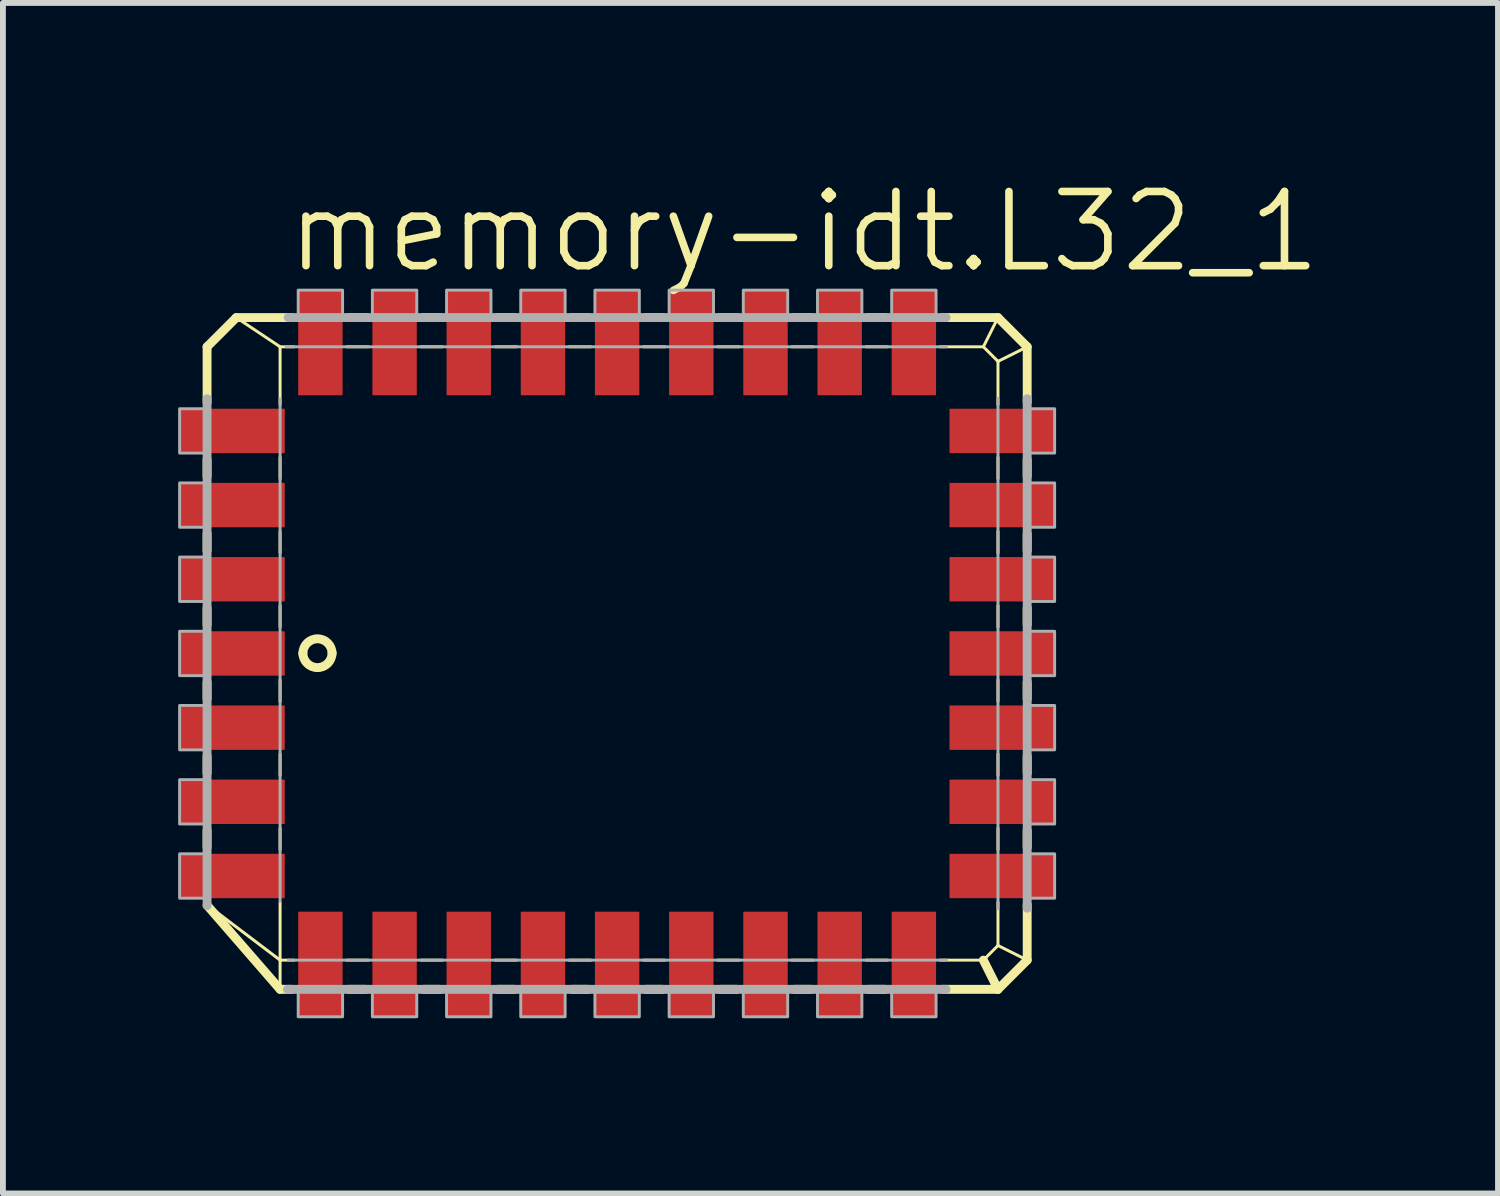
<source format=kicad_pcb>
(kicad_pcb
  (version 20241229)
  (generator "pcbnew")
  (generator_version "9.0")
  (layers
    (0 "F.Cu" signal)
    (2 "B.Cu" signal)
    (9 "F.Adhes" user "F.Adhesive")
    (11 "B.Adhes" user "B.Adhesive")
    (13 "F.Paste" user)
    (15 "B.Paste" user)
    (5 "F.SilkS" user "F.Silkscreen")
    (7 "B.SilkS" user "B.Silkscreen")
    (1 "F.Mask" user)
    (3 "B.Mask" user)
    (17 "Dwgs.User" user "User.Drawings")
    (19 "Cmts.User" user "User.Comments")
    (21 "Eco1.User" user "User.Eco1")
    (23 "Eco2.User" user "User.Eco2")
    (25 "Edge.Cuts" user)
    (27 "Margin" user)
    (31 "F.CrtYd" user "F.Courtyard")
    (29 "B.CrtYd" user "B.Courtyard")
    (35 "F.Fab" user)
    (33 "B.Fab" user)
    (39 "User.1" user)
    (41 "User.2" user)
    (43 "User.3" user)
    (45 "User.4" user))
  (footprint "memory-idt.L32_1"
    (layer "F.Cu")
    (at 7.515 8.137)
    (property "Reference" "memory-idt.L32_1" (at -5.715 -6.477 0) (layer "F.SilkS") (effects (font (size 1.27 1.27) (thickness 0.13)) (justify left bottom)))
    (attr smd)
    (fp_line (start -7.02 -5.25) (end -6.52 -5.75) (stroke (width 0.152) (type default)) (layer "F.SilkS"))
    (fp_line (start -7.02 -4.301) (end -7.02 -5.25) (stroke (width 0.152) (type default)) (layer "F.SilkS"))
    (fp_line (start -7.02 -3.031) (end -7.02 -3.319) (stroke (width 0.152) (type default)) (layer "F.SilkS"))
    (fp_line (start -7.02 -1.761) (end -7.02 -2.049) (stroke (width 0.152) (type default)) (layer "F.SilkS"))
    (fp_line (start -7.02 -0.491) (end -7.02 -0.779) (stroke (width 0.152) (type default)) (layer "F.SilkS"))
    (fp_line (start -7.02 0.779) (end -7.02 0.491) (stroke (width 0.152) (type default)) (layer "F.SilkS"))
    (fp_line (start -7.02 2.049) (end -7.02 1.761) (stroke (width 0.152) (type default)) (layer "F.SilkS"))
    (fp_line (start -7.02 3.319) (end -7.02 3.031) (stroke (width 0.152) (type default)) (layer "F.SilkS"))
    (fp_line (start -6.52 -5.75) (end -5.77 -5.25) (stroke (width 0.051) (type default)) (layer "F.SilkS"))
    (fp_line (start -6.52 -5.75) (end -5.571 -5.75) (stroke (width 0.152) (type default)) (layer "F.SilkS"))
    (fp_line (start -5.77 -5.25) (end -5.531 -5.25) (stroke (width 0.051) (type default)) (layer "F.SilkS"))
    (fp_line (start -5.77 -4.261) (end -5.77 -5.25) (stroke (width 0.051) (type default)) (layer "F.SilkS"))
    (fp_line (start -5.77 -2.991) (end -5.77 -3.359) (stroke (width 0.051) (type default)) (layer "F.SilkS"))
    (fp_line (start -5.77 -1.721) (end -5.77 -2.089) (stroke (width 0.051) (type default)) (layer "F.SilkS"))
    (fp_line (start -5.77 -0.451) (end -5.77 -0.819) (stroke (width 0.051) (type default)) (layer "F.SilkS"))
    (fp_line (start -5.77 0.819) (end -5.77 0.451) (stroke (width 0.051) (type default)) (layer "F.SilkS"))
    (fp_line (start -5.77 2.089) (end -5.77 1.721) (stroke (width 0.051) (type default)) (layer "F.SilkS"))
    (fp_line (start -5.77 3.359) (end -5.77 2.991) (stroke (width 0.051) (type default)) (layer "F.SilkS"))
    (fp_line (start -5.77 5.25) (end -7.009 4.312) (stroke (width 0.051) (type default)) (layer "F.SilkS"))
    (fp_line (start -5.77 5.25) (end -5.77 4.261) (stroke (width 0.051) (type default)) (layer "F.SilkS"))
    (fp_line (start -5.77 5.75) (end -7.02 4.311) (stroke (width 0.152) (type default)) (layer "F.SilkS"))
    (fp_line (start -5.77 5.75) (end -5.77 5.25) (stroke (width 0.051) (type default)) (layer "F.SilkS"))
    (fp_line (start -5.571 5.75) (end -5.77 5.75) (stroke (width 0.152) (type default)) (layer "F.SilkS"))
    (fp_line (start -5.531 5.25) (end -5.77 5.25) (stroke (width 0.051) (type default)) (layer "F.SilkS"))
    (fp_line (start -4.629 -5.25) (end -4.261 -5.25) (stroke (width 0.051) (type default)) (layer "F.SilkS"))
    (fp_line (start -4.589 -5.75) (end -4.301 -5.75) (stroke (width 0.152) (type default)) (layer "F.SilkS"))
    (fp_line (start -4.301 5.75) (end -4.589 5.75) (stroke (width 0.152) (type default)) (layer "F.SilkS"))
    (fp_line (start -4.261 5.25) (end -4.629 5.25) (stroke (width 0.051) (type default)) (layer "F.SilkS"))
    (fp_line (start -3.359 -5.25) (end -2.991 -5.25) (stroke (width 0.051) (type default)) (layer "F.SilkS"))
    (fp_line (start -3.319 -5.75) (end -3.031 -5.75) (stroke (width 0.152) (type default)) (layer "F.SilkS"))
    (fp_line (start -3.031 5.75) (end -3.319 5.75) (stroke (width 0.152) (type default)) (layer "F.SilkS"))
    (fp_line (start -2.991 5.25) (end -3.359 5.25) (stroke (width 0.051) (type default)) (layer "F.SilkS"))
    (fp_line (start -2.089 -5.25) (end -1.721 -5.25) (stroke (width 0.051) (type default)) (layer "F.SilkS"))
    (fp_line (start -2.049 -5.75) (end -1.761 -5.75) (stroke (width 0.152) (type default)) (layer "F.SilkS"))
    (fp_line (start -1.761 5.75) (end -2.049 5.75) (stroke (width 0.152) (type default)) (layer "F.SilkS"))
    (fp_line (start -1.721 5.25) (end -2.089 5.25) (stroke (width 0.051) (type default)) (layer "F.SilkS"))
    (fp_line (start -0.819 -5.25) (end -0.451 -5.25) (stroke (width 0.051) (type default)) (layer "F.SilkS"))
    (fp_line (start -0.779 -5.75) (end -0.491 -5.75) (stroke (width 0.152) (type default)) (layer "F.SilkS"))
    (fp_line (start -0.491 5.75) (end -0.779 5.75) (stroke (width 0.152) (type default)) (layer "F.SilkS"))
    (fp_line (start -0.451 5.25) (end -0.819 5.25) (stroke (width 0.051) (type default)) (layer "F.SilkS"))
    (fp_line (start 0.451 -5.25) (end 0.819 -5.25) (stroke (width 0.051) (type default)) (layer "F.SilkS"))
    (fp_line (start 0.491 -5.75) (end 0.779 -5.75) (stroke (width 0.152) (type default)) (layer "F.SilkS"))
    (fp_line (start 0.779 5.75) (end 0.491 5.75) (stroke (width 0.152) (type default)) (layer "F.SilkS"))
    (fp_line (start 0.819 5.25) (end 0.451 5.25) (stroke (width 0.051) (type default)) (layer "F.SilkS"))
    (fp_line (start 1.721 -5.25) (end 2.089 -5.25) (stroke (width 0.051) (type default)) (layer "F.SilkS"))
    (fp_line (start 1.761 -5.75) (end 2.049 -5.75) (stroke (width 0.152) (type default)) (layer "F.SilkS"))
    (fp_line (start 2.049 5.75) (end 1.761 5.75) (stroke (width 0.152) (type default)) (layer "F.SilkS"))
    (fp_line (start 2.089 5.25) (end 1.721 5.25) (stroke (width 0.051) (type default)) (layer "F.SilkS"))
    (fp_line (start 2.991 -5.25) (end 3.359 -5.25) (stroke (width 0.051) (type default)) (layer "F.SilkS"))
    (fp_line (start 3.031 -5.75) (end 3.319 -5.75) (stroke (width 0.152) (type default)) (layer "F.SilkS"))
    (fp_line (start 3.319 5.75) (end 3.031 5.75) (stroke (width 0.152) (type default)) (layer "F.SilkS"))
    (fp_line (start 3.359 5.25) (end 2.991 5.25) (stroke (width 0.051) (type default)) (layer "F.SilkS"))
    (fp_line (start 4.261 -5.25) (end 4.629 -5.25) (stroke (width 0.051) (type default)) (layer "F.SilkS"))
    (fp_line (start 4.301 -5.75) (end 4.589 -5.75) (stroke (width 0.152) (type default)) (layer "F.SilkS"))
    (fp_line (start 4.589 5.75) (end 4.301 5.75) (stroke (width 0.152) (type default)) (layer "F.SilkS"))
    (fp_line (start 4.629 5.25) (end 4.261 5.25) (stroke (width 0.051) (type default)) (layer "F.SilkS"))
    (fp_line (start 5.531 -5.25) (end 6.27 -5.25) (stroke (width 0.051) (type default)) (layer "F.SilkS"))
    (fp_line (start 5.571 -5.75) (end 6.52 -5.75) (stroke (width 0.152) (type default)) (layer "F.SilkS"))
    (fp_line (start 6.27 -5.25) (end 6.52 -5.75) (stroke (width 0.051) (type default)) (layer "F.SilkS"))
    (fp_line (start 6.27 -5.25) (end 6.52 -5) (stroke (width 0.051) (type default)) (layer "F.SilkS"))
    (fp_line (start 6.27 5.25) (end 5.531 5.25) (stroke (width 0.051) (type default)) (layer "F.SilkS"))
    (fp_line (start 6.52 -5.75) (end 7.02 -5.25) (stroke (width 0.152) (type default)) (layer "F.SilkS"))
    (fp_line (start 6.52 -5) (end 6.52 -4.261) (stroke (width 0.051) (type default)) (layer "F.SilkS"))
    (fp_line (start 6.52 -5) (end 7.02 -5.25) (stroke (width 0.051) (type default)) (layer "F.SilkS"))
    (fp_line (start 6.52 -3.359) (end 6.52 -2.991) (stroke (width 0.051) (type default)) (layer "F.SilkS"))
    (fp_line (start 6.52 -2.089) (end 6.52 -1.721) (stroke (width 0.051) (type default)) (layer "F.SilkS"))
    (fp_line (start 6.52 -0.819) (end 6.52 -0.451) (stroke (width 0.051) (type default)) (layer "F.SilkS"))
    (fp_line (start 6.52 0.451) (end 6.52 0.819) (stroke (width 0.051) (type default)) (layer "F.SilkS"))
    (fp_line (start 6.52 1.721) (end 6.52 2.089) (stroke (width 0.051) (type default)) (layer "F.SilkS"))
    (fp_line (start 6.52 2.991) (end 6.52 3.359) (stroke (width 0.051) (type default)) (layer "F.SilkS"))
    (fp_line (start 6.52 4.261) (end 6.52 5) (stroke (width 0.051) (type default)) (layer "F.SilkS"))
    (fp_line (start 6.52 5) (end 6.27 5.25) (stroke (width 0.051) (type default)) (layer "F.SilkS"))
    (fp_line (start 6.52 5.75) (end 5.571 5.75) (stroke (width 0.152) (type default)) (layer "F.SilkS"))
    (fp_line (start 6.52 5.75) (end 6.27 5.25) (stroke (width 0.152) (type default)) (layer "F.SilkS"))
    (fp_line (start 7.02 -5.25) (end 7.02 -4.301) (stroke (width 0.152) (type default)) (layer "F.SilkS"))
    (fp_line (start 7.02 -3.319) (end 7.02 -3.031) (stroke (width 0.152) (type default)) (layer "F.SilkS"))
    (fp_line (start 7.02 -2.049) (end 7.02 -1.761) (stroke (width 0.152) (type default)) (layer "F.SilkS"))
    (fp_line (start 7.02 -0.779) (end 7.02 -0.491) (stroke (width 0.152) (type default)) (layer "F.SilkS"))
    (fp_line (start 7.02 0.491) (end 7.02 0.779) (stroke (width 0.152) (type default)) (layer "F.SilkS"))
    (fp_line (start 7.02 1.761) (end 7.02 2.049) (stroke (width 0.152) (type default)) (layer "F.SilkS"))
    (fp_line (start 7.02 3.031) (end 7.02 3.319) (stroke (width 0.152) (type default)) (layer "F.SilkS"))
    (fp_line (start 7.02 4.301) (end 7.02 5.25) (stroke (width 0.152) (type default)) (layer "F.SilkS"))
    (fp_line (start 7.02 5.25) (end 6.52 5) (stroke (width 0.051) (type default)) (layer "F.SilkS"))
    (fp_line (start 7.02 5.25) (end 6.52 5.75) (stroke (width 0.152) (type default)) (layer "F.SilkS"))
    (fp_arc (start -5.38 -0.001) (mid -5.13 -0.251) (end -4.88 -0.001) (stroke (width 0.1524) (type default)) (layer "F.SilkS"))
    (fp_arc (start -4.88 -0.007) (mid -5.131 0.242) (end -5.38 -0.009) (stroke (width 0.1524) (type default)) (layer "F.SilkS"))
    (fp_line (start -7.02 4.317) (end -7.02 -4.361) (stroke (width 0.152) (type default)) (layer "F.Fab"))
    (fp_line (start -5.77 4.245) (end -5.77 -4.355) (stroke (width 0.051) (type default)) (layer "F.Fab"))
    (fp_line (start -5.666 -5.25) (end 5.635 -5.25) (stroke (width 0.051) (type default)) (layer "F.Fab"))
    (fp_line (start -5.631 -5.75) (end 5.631 -5.75) (stroke (width 0.152) (type default)) (layer "F.Fab"))
    (fp_line (start 5.631 5.75) (end -5.643 5.75) (stroke (width 0.152) (type default)) (layer "F.Fab"))
    (fp_line (start 5.635 5.25) (end -5.626 5.25) (stroke (width 0.051) (type default)) (layer "F.Fab"))
    (fp_line (start 6.52 -4.365) (end 6.52 4.365) (stroke (width 0.051) (type default)) (layer "F.Fab"))
    (fp_line (start 7.02 -4.361) (end 7.02 4.361) (stroke (width 0.152) (type default)) (layer "F.Fab"))
    (fp_rect (start -7.49 -3.43) (end -7.02 -4.19) (stroke (width 0.05) (type default)) (fill no) (layer "F.Fab"))
    (fp_rect (start -7.49 -2.16) (end -7.02 -2.92) (stroke (width 0.05) (type default)) (fill no) (layer "F.Fab"))
    (fp_rect (start -7.49 -0.89) (end -7.02 -1.65) (stroke (width 0.05) (type default)) (fill no) (layer "F.Fab"))
    (fp_rect (start -7.49 0.38) (end -7.02 -0.38) (stroke (width 0.05) (type default)) (fill no) (layer "F.Fab"))
    (fp_rect (start -7.49 1.65) (end -7.02 0.89) (stroke (width 0.05) (type default)) (fill no) (layer "F.Fab"))
    (fp_rect (start -7.49 2.92) (end -7.02 2.16) (stroke (width 0.05) (type default)) (fill no) (layer "F.Fab"))
    (fp_rect (start -7.49 4.19) (end -7.02 3.43) (stroke (width 0.05) (type default)) (fill no) (layer "F.Fab"))
    (fp_rect (start -5.46 -5.75) (end -4.7 -6.22) (stroke (width 0.05) (type default)) (fill no) (layer "F.Fab"))
    (fp_rect (start -5.46 6.22) (end -4.7 5.75) (stroke (width 0.05) (type default)) (fill no) (layer "F.Fab"))
    (fp_rect (start -4.19 -5.75) (end -3.43 -6.22) (stroke (width 0.05) (type default)) (fill no) (layer "F.Fab"))
    (fp_rect (start -4.19 6.22) (end -3.43 5.75) (stroke (width 0.05) (type default)) (fill no) (layer "F.Fab"))
    (fp_rect (start -2.92 -5.75) (end -2.16 -6.22) (stroke (width 0.05) (type default)) (fill no) (layer "F.Fab"))
    (fp_rect (start -2.92 6.22) (end -2.16 5.75) (stroke (width 0.05) (type default)) (fill no) (layer "F.Fab"))
    (fp_rect (start -1.65 -5.75) (end -0.89 -6.22) (stroke (width 0.05) (type default)) (fill no) (layer "F.Fab"))
    (fp_rect (start -1.65 6.22) (end -0.89 5.75) (stroke (width 0.05) (type default)) (fill no) (layer "F.Fab"))
    (fp_rect (start -0.38 -5.75) (end 0.38 -6.22) (stroke (width 0.05) (type default)) (fill no) (layer "F.Fab"))
    (fp_rect (start -0.38 6.22) (end 0.38 5.75) (stroke (width 0.05) (type default)) (fill no) (layer "F.Fab"))
    (fp_rect (start 0.89 -5.75) (end 1.65 -6.22) (stroke (width 0.05) (type default)) (fill no) (layer "F.Fab"))
    (fp_rect (start 0.89 6.22) (end 1.65 5.75) (stroke (width 0.05) (type default)) (fill no) (layer "F.Fab"))
    (fp_rect (start 2.16 -5.75) (end 2.92 -6.22) (stroke (width 0.05) (type default)) (fill no) (layer "F.Fab"))
    (fp_rect (start 2.16 6.22) (end 2.92 5.75) (stroke (width 0.05) (type default)) (fill no) (layer "F.Fab"))
    (fp_rect (start 3.43 -5.75) (end 4.19 -6.22) (stroke (width 0.05) (type default)) (fill no) (layer "F.Fab"))
    (fp_rect (start 3.43 6.22) (end 4.19 5.75) (stroke (width 0.05) (type default)) (fill no) (layer "F.Fab"))
    (fp_rect (start 4.7 -5.75) (end 5.46 -6.22) (stroke (width 0.05) (type default)) (fill no) (layer "F.Fab"))
    (fp_rect (start 4.7 6.22) (end 5.46 5.75) (stroke (width 0.05) (type default)) (fill no) (layer "F.Fab"))
    (fp_rect (start 7.02 -3.43) (end 7.49 -4.19) (stroke (width 0.05) (type default)) (fill no) (layer "F.Fab"))
    (fp_rect (start 7.02 -2.16) (end 7.49 -2.92) (stroke (width 0.05) (type default)) (fill no) (layer "F.Fab"))
    (fp_rect (start 7.02 -0.89) (end 7.49 -1.65) (stroke (width 0.05) (type default)) (fill no) (layer "F.Fab"))
    (fp_rect (start 7.02 0.38) (end 7.49 -0.38) (stroke (width 0.05) (type default)) (fill no) (layer "F.Fab"))
    (fp_rect (start 7.02 1.65) (end 7.49 0.89) (stroke (width 0.05) (type default)) (fill no) (layer "F.Fab"))
    (fp_rect (start 7.02 2.92) (end 7.49 2.16) (stroke (width 0.05) (type default)) (fill no) (layer "F.Fab"))
    (fp_rect (start 7.02 4.19) (end 7.49 3.43) (stroke (width 0.05) (type default)) (fill no) (layer "F.Fab"))
    (pad "1" smd roundrect (at -6.59 0) (size 1.8 0.76) (layers "F.Cu" "F.Mask" "F.Paste") (roundrect_rratio 0.01))
    (pad "2" smd roundrect (at -6.59 1.27) (size 1.8 0.76) (layers "F.Cu" "F.Mask" "F.Paste") (roundrect_rratio 0.01))
    (pad "3" smd roundrect (at -6.59 2.54) (size 1.8 0.76) (layers "F.Cu" "F.Mask" "F.Paste") (roundrect_rratio 0.01))
    (pad "4" smd roundrect (at -6.59 3.81) (size 1.8 0.76) (layers "F.Cu" "F.Mask" "F.Paste") (roundrect_rratio 0.01))
    (pad "5" smd roundrect (at -5.08 5.32) (size 0.76 1.8) (layers "F.Cu" "F.Mask" "F.Paste") (roundrect_rratio 0.01))
    (pad "6" smd roundrect (at -3.81 5.32) (size 0.76 1.8) (layers "F.Cu" "F.Mask" "F.Paste") (roundrect_rratio 0.01))
    (pad "7" smd roundrect (at -2.54 5.32) (size 0.76 1.8) (layers "F.Cu" "F.Mask" "F.Paste") (roundrect_rratio 0.01))
    (pad "8" smd roundrect (at -1.27 5.32) (size 0.76 1.8) (layers "F.Cu" "F.Mask" "F.Paste") (roundrect_rratio 0.01))
    (pad "9" smd roundrect (at 0 5.32) (size 0.76 1.8) (layers "F.Cu" "F.Mask" "F.Paste") (roundrect_rratio 0.01))
    (pad "10" smd roundrect (at 1.27 5.32) (size 0.76 1.8) (layers "F.Cu" "F.Mask" "F.Paste") (roundrect_rratio 0.01))
    (pad "11" smd roundrect (at 2.54 5.32) (size 0.76 1.8) (layers "F.Cu" "F.Mask" "F.Paste") (roundrect_rratio 0.01))
    (pad "12" smd roundrect (at 3.81 5.32) (size 0.76 1.8) (layers "F.Cu" "F.Mask" "F.Paste") (roundrect_rratio 0.01))
    (pad "13" smd roundrect (at 5.08 5.32) (size 0.76 1.8) (layers "F.Cu" "F.Mask" "F.Paste") (roundrect_rratio 0.01))
    (pad "14" smd roundrect (at 6.59 3.81) (size 1.8 0.76) (layers "F.Cu" "F.Mask" "F.Paste") (roundrect_rratio 0.01))
    (pad "15" smd roundrect (at 6.59 2.54) (size 1.8 0.76) (layers "F.Cu" "F.Mask" "F.Paste") (roundrect_rratio 0.01))
    (pad "16" smd roundrect (at 6.59 1.27) (size 1.8 0.76) (layers "F.Cu" "F.Mask" "F.Paste") (roundrect_rratio 0.01))
    (pad "17" smd roundrect (at 6.59 0) (size 1.8 0.76) (layers "F.Cu" "F.Mask" "F.Paste") (roundrect_rratio 0.01))
    (pad "18" smd roundrect (at 6.59 -1.27) (size 1.8 0.76) (layers "F.Cu" "F.Mask" "F.Paste") (roundrect_rratio 0.01))
    (pad "19" smd roundrect (at 6.59 -2.54) (size 1.8 0.76) (layers "F.Cu" "F.Mask" "F.Paste") (roundrect_rratio 0.01))
    (pad "20" smd roundrect (at 6.59 -3.81) (size 1.8 0.76) (layers "F.Cu" "F.Mask" "F.Paste") (roundrect_rratio 0.01))
    (pad "21" smd roundrect (at 5.08 -5.32) (size 0.76 1.8) (layers "F.Cu" "F.Mask" "F.Paste") (roundrect_rratio 0.01))
    (pad "22" smd roundrect (at 3.81 -5.32) (size 0.76 1.8) (layers "F.Cu" "F.Mask" "F.Paste") (roundrect_rratio 0.01))
    (pad "23" smd roundrect (at 2.54 -5.32) (size 0.76 1.8) (layers "F.Cu" "F.Mask" "F.Paste") (roundrect_rratio 0.01))
    (pad "24" smd roundrect (at 1.27 -5.32) (size 0.76 1.8) (layers "F.Cu" "F.Mask" "F.Paste") (roundrect_rratio 0.01))
    (pad "25" smd roundrect (at 0 -5.32) (size 0.76 1.8) (layers "F.Cu" "F.Mask" "F.Paste") (roundrect_rratio 0.01))
    (pad "26" smd roundrect (at -1.27 -5.32) (size 0.76 1.8) (layers "F.Cu" "F.Mask" "F.Paste") (roundrect_rratio 0.01))
    (pad "27" smd roundrect (at -2.54 -5.32) (size 0.76 1.8) (layers "F.Cu" "F.Mask" "F.Paste") (roundrect_rratio 0.01))
    (pad "28" smd roundrect (at -3.81 -5.32) (size 0.76 1.8) (layers "F.Cu" "F.Mask" "F.Paste") (roundrect_rratio 0.01))
    (pad "29" smd roundrect (at -5.08 -5.32) (size 0.76 1.8) (layers "F.Cu" "F.Mask" "F.Paste") (roundrect_rratio 0.01))
    (pad "30" smd roundrect (at -6.59 -3.81) (size 1.8 0.76) (layers "F.Cu" "F.Mask" "F.Paste") (roundrect_rratio 0.01))
    (pad "31" smd roundrect (at -6.59 -2.54) (size 1.8 0.76) (layers "F.Cu" "F.Mask" "F.Paste") (roundrect_rratio 0.01))
    (pad "32" smd roundrect (at -6.59 -1.27) (size 1.8 0.76) (layers "F.Cu" "F.Mask" "F.Paste") (roundrect_rratio 0.01)))
  (gr_rect
    (start -3 -3)
    (end 22.595 17.382)
    (stroke (width 0.1) (type default))
    (fill no)
    (layer "Edge.Cuts")))
</source>
